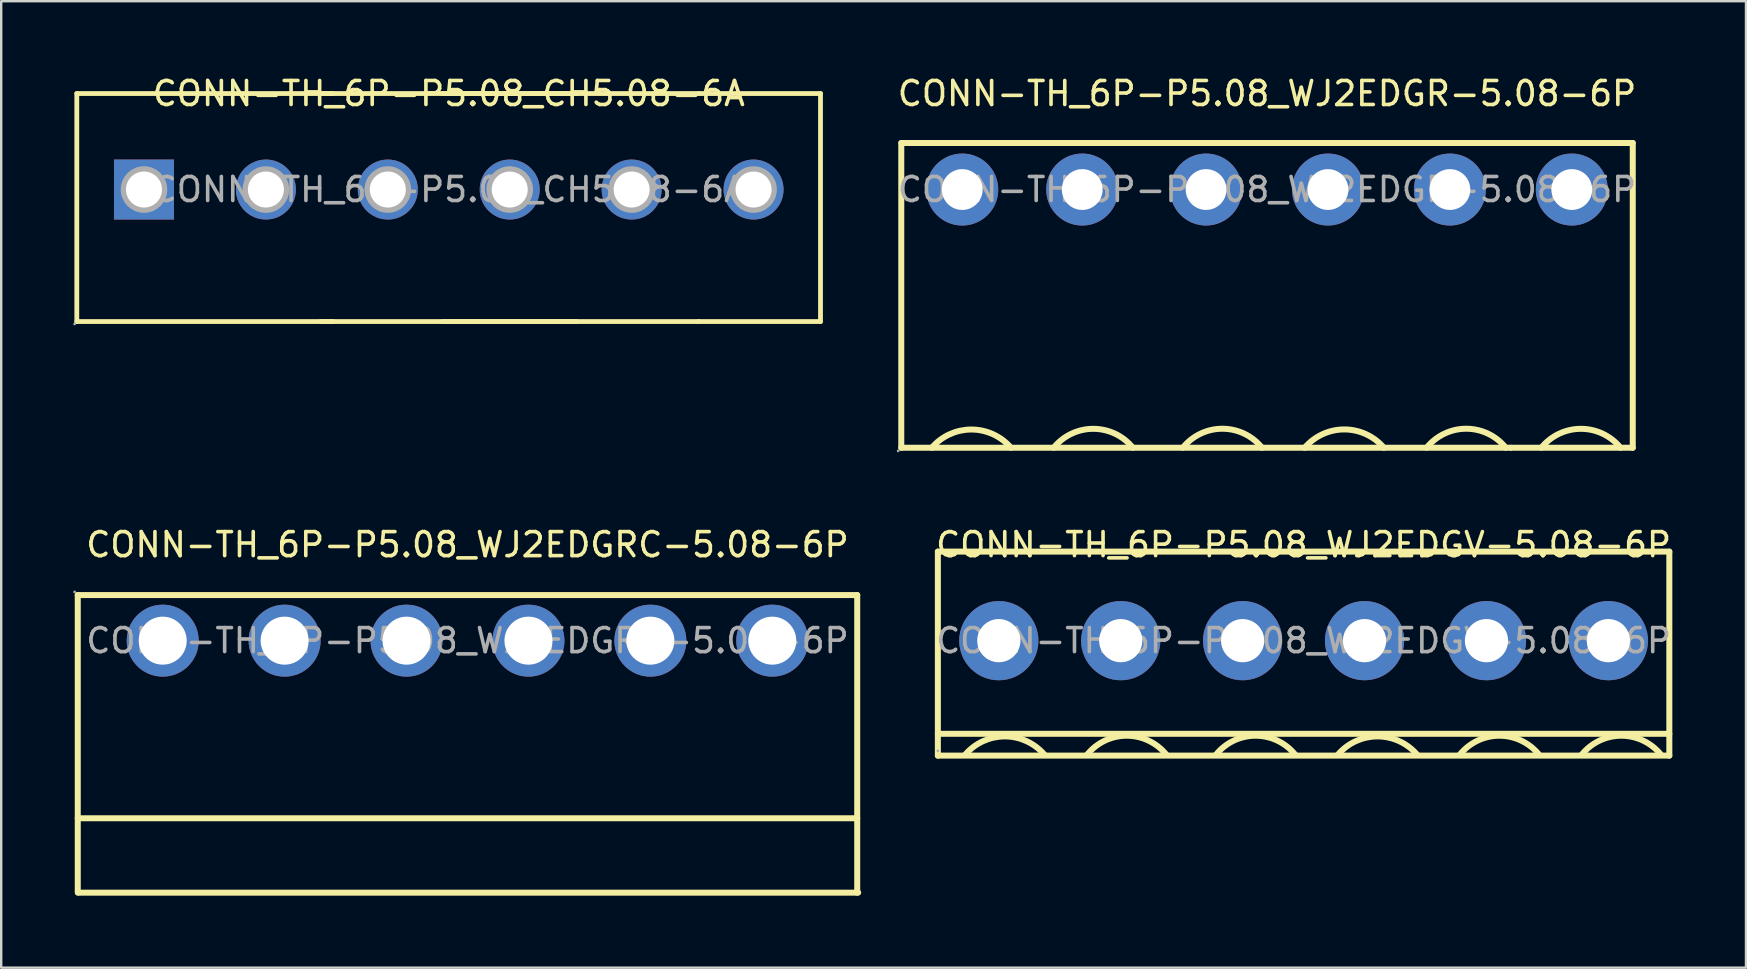
<source format=kicad_pcb>
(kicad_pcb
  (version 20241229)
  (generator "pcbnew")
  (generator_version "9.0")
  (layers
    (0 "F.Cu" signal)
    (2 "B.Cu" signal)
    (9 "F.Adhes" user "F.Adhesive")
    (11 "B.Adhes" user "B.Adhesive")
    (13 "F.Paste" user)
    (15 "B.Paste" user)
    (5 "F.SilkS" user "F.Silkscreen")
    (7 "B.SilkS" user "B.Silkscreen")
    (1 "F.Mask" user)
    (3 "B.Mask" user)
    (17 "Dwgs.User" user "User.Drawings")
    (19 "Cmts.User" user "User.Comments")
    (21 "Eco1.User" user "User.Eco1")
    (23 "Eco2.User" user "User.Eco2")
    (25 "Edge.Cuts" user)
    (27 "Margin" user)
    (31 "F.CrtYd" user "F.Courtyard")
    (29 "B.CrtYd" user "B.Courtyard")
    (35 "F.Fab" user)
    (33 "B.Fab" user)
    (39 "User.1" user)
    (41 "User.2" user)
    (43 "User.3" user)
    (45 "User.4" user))
  (footprint "CONN-TH_6P-P5.08_WJ2EDGR-5.08-6P"
    (layer "F.Cu")
    (at 49.746 4.848)
    (property "Reference" "CONN-TH_6P-P5.08_WJ2EDGR-5.08-6P" (at 0 -4 0) (layer "F.SilkS") (effects (font (size 1 1) (thickness 0.15))))
    (attr through_hole)
    (fp_line (start -15.24 -1.94) (end -15.24 10.76) (stroke (width 0.25) (type solid)) (layer "F.SilkS"))
    (fp_line (start -15.24 -1.94) (end 10.16 -1.94) (stroke (width 0.25) (type solid)) (layer "F.SilkS"))
    (fp_line (start -15.24 10.76) (end 10.16 10.76) (stroke (width 0.25) (type solid)) (layer "F.SilkS"))
    (fp_line (start 10.16 -1.94) (end 15.24 -1.94) (stroke (width 0.25) (type solid)) (layer "F.SilkS"))
    (fp_line (start 10.16 10.76) (end 15.24 10.76) (stroke (width 0.25) (type solid)) (layer "F.SilkS"))
    (fp_line (start 15.24 -1.94) (end 15.24 10.76) (stroke (width 0.25) (type solid)) (layer "F.SilkS"))
    (fp_arc (start -13.970511 10.760599) (mid -12.320394 9.999609) (end -10.67 10.76) (stroke (width 0.25) (type solid)) (layer "F.SilkS"))
    (fp_arc (start -8.888881 10.758614) (mid -7.239109 9.970709) (end -5.59 10.76) (stroke (width 0.25) (type solid)) (layer "F.SilkS"))
    (fp_arc (start -3.509069 10.758837) (mid -1.859255 9.966969) (end -0.21 10.76) (stroke (width 0.25) (type solid)) (layer "F.SilkS"))
    (fp_arc (start 1.569311 10.760812) (mid 3.219468 9.996091) (end 4.87 10.76) (stroke (width 0.25) (type solid)) (layer "F.SilkS"))
    (fp_arc (start 6.650931 10.758837) (mid 8.300745 9.966969) (end 9.95 10.76) (stroke (width 0.25) (type solid)) (layer "F.SilkS"))
    (fp_arc (start 11.431119 10.758614) (mid 13.080891 9.970709) (end 14.73 10.76) (stroke (width 0.25) (type solid)) (layer "F.SilkS"))
    (fp_circle (center -15.37 10.89) (end -15.34 10.89) (stroke (width 0.06) (type solid)) (fill no) (layer "F.Fab"))
    (fp_circle (center -12.7 0) (end -12.32 0) (stroke (width 0.75) (type solid)) (fill no) (layer "F.Fab"))
    (fp_circle (center -7.7 0) (end -7.32 0) (stroke (width 0.75) (type solid)) (fill no) (layer "F.Fab"))
    (fp_circle (center -2.54 0) (end -2.16 0) (stroke (width 0.75) (type solid)) (fill no) (layer "F.Fab"))
    (fp_circle (center 2.54 0) (end 2.92 0) (stroke (width 0.75) (type solid)) (fill no) (layer "F.Fab"))
    (fp_circle (center 7.62 0) (end 8 0) (stroke (width 0.75) (type solid)) (fill no) (layer "F.Fab"))
    (fp_circle (center 12.7 0) (end 13.08 0) (stroke (width 0.75) (type solid)) (fill no) (layer "F.Fab"))
    (fp_text user "${REFERENCE}" (at 0 0 0) (layer "F.Fab") (effects (font (size 1 1) (thickness 0.15))))
    (pad "1" thru_hole circle (at -12.7 0) (size 3 3) (drill 1.7) (layers "*.Cu" "*.Paste" "*.Mask"))
    (pad "2" thru_hole circle (at -7.7 0) (size 3 3) (drill 1.7) (layers "*.Cu" "*.Paste" "*.Mask"))
    (pad "3" thru_hole circle (at -2.54 0) (size 3 3) (drill 1.7) (layers "*.Cu" "*.Paste" "*.Mask"))
    (pad "4" thru_hole circle (at 2.54 0) (size 3 3) (drill 1.7) (layers "*.Cu" "*.Paste" "*.Mask"))
    (pad "5" thru_hole circle (at 7.62 0) (size 3 3) (drill 1.7) (layers "*.Cu" "*.Paste" "*.Mask"))
    (pad "6" thru_hole circle (at 12.7 0) (size 3 3) (drill 1.7) (layers "*.Cu" "*.Paste" "*.Mask")))
  (footprint "CONN-TH_6P-P5.08_CH5.08-6A"
    (layer "F.Cu")
    (at 15.65 4.848)
    (property "Reference" "CONN-TH_6P-P5.08_CH5.08-6A" (at 0 -4 0) (layer "F.SilkS") (effects (font (size 1 1) (thickness 0.15))))
    (attr through_hole)
    (fp_line (start -15.5 -4) (end -15.5 5.5) (stroke (width 0.2) (type solid)) (layer "F.SilkS"))
    (fp_line (start -15.5 -4) (end -4.83 -4) (stroke (width 0.2) (type solid)) (layer "F.SilkS"))
    (fp_line (start -15.5 5.5) (end -4.83 5.5) (stroke (width 0.2) (type solid)) (layer "F.SilkS"))
    (fp_line (start -5.34 -4) (end 5.33 -4) (stroke (width 0.2) (type solid)) (layer "F.SilkS"))
    (fp_line (start -5.34 5.5) (end 5.33 5.5) (stroke (width 0.2) (type solid)) (layer "F.SilkS"))
    (fp_line (start -0.26 -4) (end 10.41 -4) (stroke (width 0.2) (type solid)) (layer "F.SilkS"))
    (fp_line (start -0.26 5.5) (end 10.41 5.5) (stroke (width 0.2) (type solid)) (layer "F.SilkS"))
    (fp_line (start 10.41 -4) (end 15.49 -4) (stroke (width 0.2) (type solid)) (layer "F.SilkS"))
    (fp_line (start 10.41 5.5) (end 15.49 5.5) (stroke (width 0.2) (type solid)) (layer "F.SilkS"))
    (fp_line (start 15.49 -4) (end 15.49 5.5) (stroke (width 0.2) (type solid)) (layer "F.SilkS"))
    (fp_circle (center -15.59 5.6) (end -15.56 5.6) (stroke (width 0.06) (type solid)) (fill no) (layer "F.Fab"))
    (fp_circle (center -12.7 0) (end -12.38 0) (stroke (width 0.65) (type solid)) (fill no) (layer "F.Fab"))
    (fp_circle (center -7.62 0) (end -7.3 0) (stroke (width 0.65) (type solid)) (fill no) (layer "F.Fab"))
    (fp_circle (center -2.54 0) (end -2.22 0) (stroke (width 0.65) (type solid)) (fill no) (layer "F.Fab"))
    (fp_circle (center 2.54 0) (end 2.86 0) (stroke (width 0.65) (type solid)) (fill no) (layer "F.Fab"))
    (fp_circle (center 7.62 0) (end 7.94 0) (stroke (width 0.65) (type solid)) (fill no) (layer "F.Fab"))
    (fp_circle (center 12.7 0) (end 13.02 0) (stroke (width 0.65) (type solid)) (fill no) (layer "F.Fab"))
    (fp_text user "${REFERENCE}" (at 0 0 0) (layer "F.Fab") (effects (font (size 1 1) (thickness 0.15))))
    (pad "1" thru_hole rect (at -12.7 0) (size 2.5 2.5) (drill 1.5) (layers "*.Cu" "*.Paste" "*.Mask"))
    (pad "2" thru_hole circle (at -7.62 0) (size 2.5 2.5) (drill 1.5) (layers "*.Cu" "*.Paste" "*.Mask"))
    (pad "3" thru_hole circle (at -2.54 0) (size 2.5 2.5) (drill 1.5) (layers "*.Cu" "*.Paste" "*.Mask"))
    (pad "4" thru_hole circle (at 2.54 0) (size 2.5 2.5) (drill 1.5) (layers "*.Cu" "*.Paste" "*.Mask"))
    (pad "5" thru_hole circle (at 7.62 0) (size 2.5 2.5) (drill 1.5) (layers "*.Cu" "*.Paste" "*.Mask"))
    (pad "6" thru_hole circle (at 12.7 0) (size 2.5 2.5) (drill 1.5) (layers "*.Cu" "*.Paste" "*.Mask")))
  (footprint "CONN-TH_6P-P5.08_WJ2EDGV-5.08-6P"
    (layer "F.Cu")
    (at 51.27 23.646)
    (property "Reference" "CONN-TH_6P-P5.08_WJ2EDGV-5.08-6P" (at 0 -4 0) (layer "F.SilkS") (effects (font (size 1 1) (thickness 0.15))))
    (attr through_hole)
    (fp_line (start -15.24 -3.71) (end -15.24 4.79) (stroke (width 0.25) (type solid)) (layer "F.SilkS"))
    (fp_line (start -15.24 -3.71) (end 15.24 -3.71) (stroke (width 0.25) (type solid)) (layer "F.SilkS"))
    (fp_line (start -15.24 3.88) (end 15.24 3.88) (stroke (width 0.25) (type solid)) (layer "F.SilkS"))
    (fp_line (start -15.24 4.79) (end 15.24 4.79) (stroke (width 0.25) (type solid)) (layer "F.SilkS"))
    (fp_line (start 15.24 -3.71) (end 15.24 4.79) (stroke (width 0.25) (type solid)) (layer "F.SilkS"))
    (fp_arc (start -14.100511 4.750599) (mid -12.450394 3.989609) (end -10.8 4.75) (stroke (width 0.25) (type solid)) (layer "F.SilkS"))
    (fp_arc (start -9.018881 4.748614) (mid -7.369109 3.960709) (end -5.72 4.75) (stroke (width 0.25) (type solid)) (layer "F.SilkS"))
    (fp_arc (start -3.648881 4.748614) (mid -1.999109 3.960709) (end -0.35 4.75) (stroke (width 0.25) (type solid)) (layer "F.SilkS"))
    (fp_arc (start 1.429489 4.750599) (mid 3.079606 3.989609) (end 4.73 4.75) (stroke (width 0.25) (type solid)) (layer "F.SilkS"))
    (fp_arc (start 6.511119 4.748614) (mid 8.160891 3.960709) (end 9.81 4.75) (stroke (width 0.25) (type solid)) (layer "F.SilkS"))
    (fp_arc (start 11.591119 4.748614) (mid 13.240891 3.960709) (end 14.89 4.75) (stroke (width 0.25) (type solid)) (layer "F.SilkS"))
    (fp_circle (center -15.24 4.59) (end -15.21 4.59) (stroke (width 0.06) (type solid)) (fill no) (layer "F.Fab"))
    (fp_text user "${REFERENCE}" (at 0 0 0) (layer "F.Fab") (effects (font (size 1 1) (thickness 0.15))))
    (pad "1" thru_hole circle (at -12.7 0) (size 3.3 3.3) (drill 1.8) (layers "*.Cu" "*.Paste" "*.Mask"))
    (pad "2" thru_hole circle (at -7.62 0) (size 3.3 3.3) (drill 1.8) (layers "*.Cu" "*.Paste" "*.Mask"))
    (pad "3" thru_hole circle (at -2.54 0) (size 3.3 3.3) (drill 1.8) (layers "*.Cu" "*.Paste" "*.Mask"))
    (pad "4" thru_hole circle (at 2.54 0) (size 3.3 3.3) (drill 1.8) (layers "*.Cu" "*.Paste" "*.Mask"))
    (pad "5" thru_hole circle (at 7.62 0) (size 3.3 3.3) (drill 1.8) (layers "*.Cu" "*.Paste" "*.Mask"))
    (pad "6" thru_hole circle (at 12.7 0) (size 3.3 3.3) (drill 1.8) (layers "*.Cu" "*.Paste" "*.Mask")))
  (footprint "CONN-TH_6P-P5.08_WJ2EDGRC-5.08-6P"
    (layer "F.Cu")
    (at 16.43 23.646)
    (property "Reference" "CONN-TH_6P-P5.08_WJ2EDGRC-5.08-6P" (at 0 -4 0) (layer "F.SilkS") (effects (font (size 1 1) (thickness 0.15))))
    (attr through_hole)
    (fp_line (start -16.24 -1.9) (end -16.24 10.5) (stroke (width 0.25) (type solid)) (layer "F.SilkS"))
    (fp_line (start -16.24 -1.9) (end 16.24 -1.9) (stroke (width 0.25) (type solid)) (layer "F.SilkS"))
    (fp_line (start -16.24 7.4) (end 16.24 7.4) (stroke (width 0.25) (type solid)) (layer "F.SilkS"))
    (fp_line (start -16.2 10.5) (end 16.28 10.5) (stroke (width 0.25) (type solid)) (layer "F.SilkS"))
    (fp_line (start 16.24 -1.9) (end 16.24 10.5) (stroke (width 0.25) (type solid)) (layer "F.SilkS"))
    (fp_circle (center -16.37 -2.03) (end -16.34 -2.03) (stroke (width 0.06) (type solid)) (fill no) (layer "F.Fab"))
    (fp_circle (center -12.7 0) (end -12.25 0) (stroke (width 0.9) (type solid)) (fill no) (layer "F.Fab"))
    (fp_circle (center -7.62 0) (end -7.17 0) (stroke (width 0.9) (type solid)) (fill no) (layer "F.Fab"))
    (fp_circle (center -2.54 0) (end -2.09 0) (stroke (width 0.9) (type solid)) (fill no) (layer "F.Fab"))
    (fp_circle (center 2.54 0) (end 2.99 0) (stroke (width 0.9) (type solid)) (fill no) (layer "F.Fab"))
    (fp_circle (center 7.62 0) (end 8.07 0) (stroke (width 0.9) (type solid)) (fill no) (layer "F.Fab"))
    (fp_circle (center 12.7 0) (end 13.15 0) (stroke (width 0.9) (type solid)) (fill no) (layer "F.Fab"))
    (fp_text user "${REFERENCE}" (at 0 0 0) (layer "F.Fab") (effects (font (size 1 1) (thickness 0.15))))
    (pad "1" thru_hole circle (at -12.7 0) (size 3 3) (drill 2) (layers "*.Cu" "*.Paste" "*.Mask"))
    (pad "2" thru_hole circle (at -7.62 0) (size 3 3) (drill 2) (layers "*.Cu" "*.Paste" "*.Mask"))
    (pad "3" thru_hole circle (at -2.54 0) (size 3 3) (drill 2) (layers "*.Cu" "*.Paste" "*.Mask"))
    (pad "4" thru_hole circle (at 2.54 0) (size 3 3) (drill 2) (layers "*.Cu" "*.Paste" "*.Mask"))
    (pad "5" thru_hole circle (at 7.62 0) (size 3 3) (drill 2) (layers "*.Cu" "*.Paste" "*.Mask"))
    (pad "6" thru_hole circle (at 12.7 0) (size 3 3) (drill 2) (layers "*.Cu" "*.Paste" "*.Mask")))
  (gr_rect
    (start -3 -3)
    (end 69.704 37.272)
    (stroke (width 0.1) (type default))
    (fill no)
    (layer "Edge.Cuts")))
</source>
